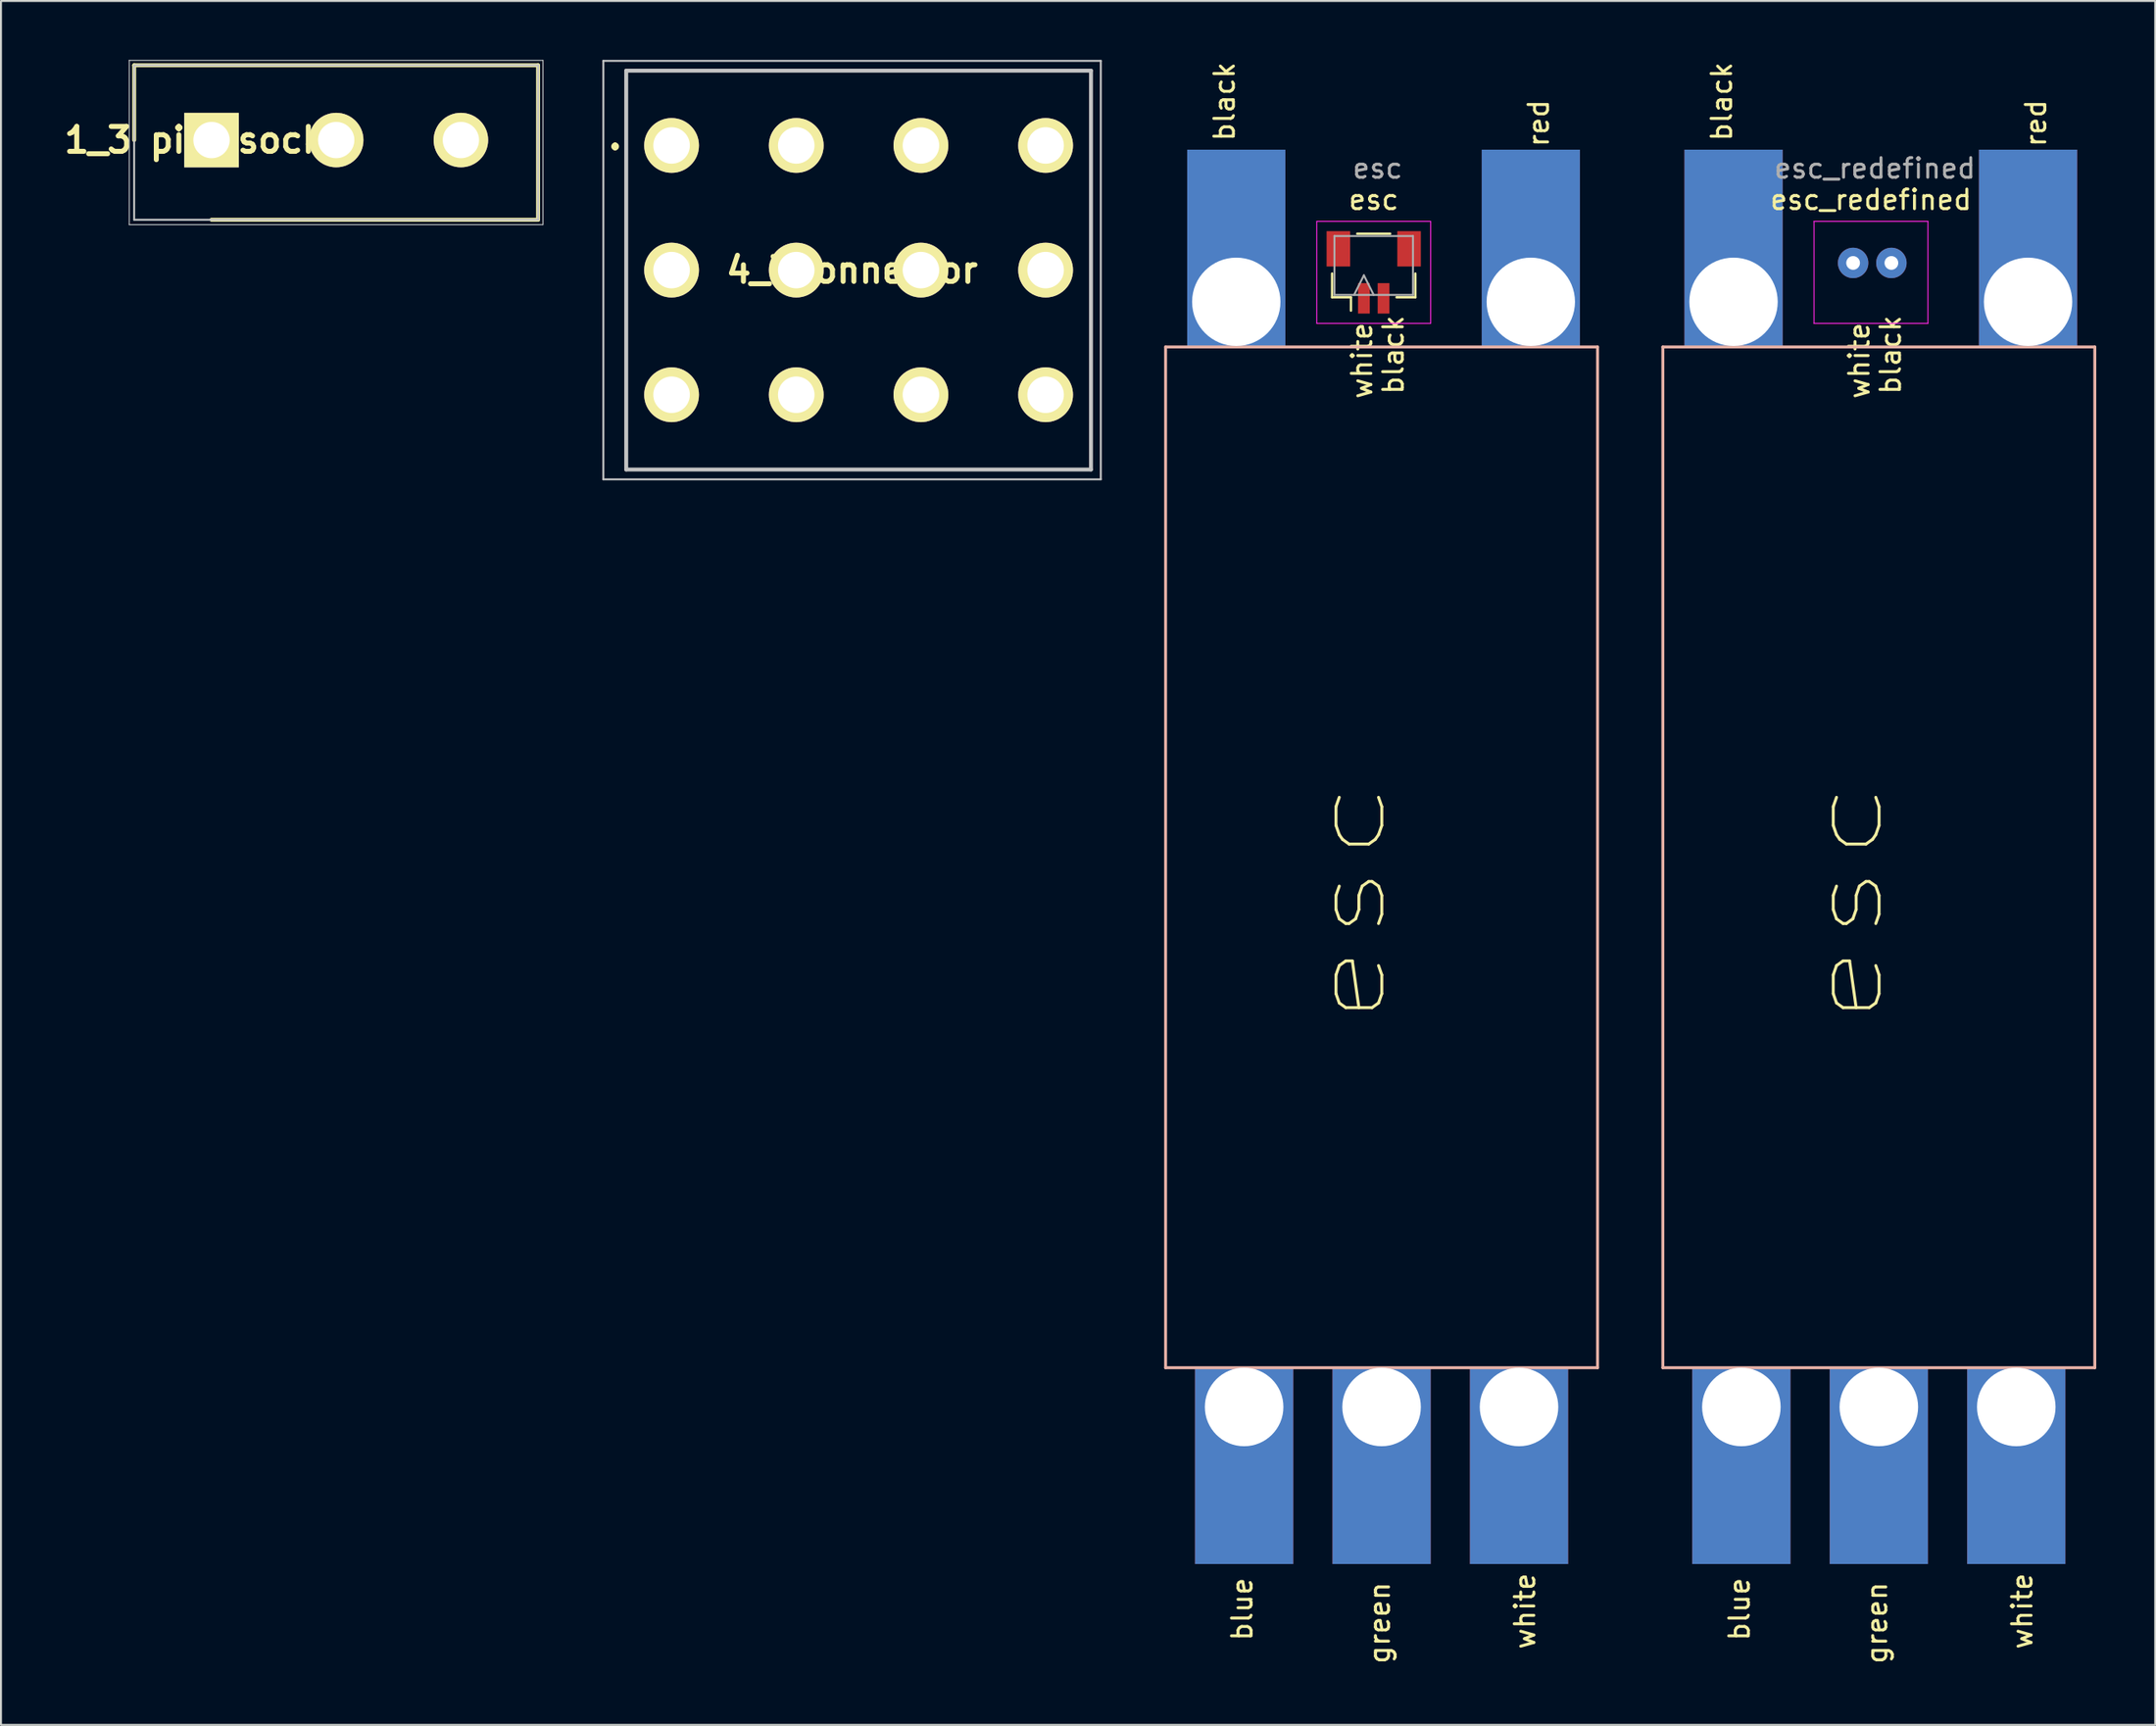
<source format=kicad_pcb>
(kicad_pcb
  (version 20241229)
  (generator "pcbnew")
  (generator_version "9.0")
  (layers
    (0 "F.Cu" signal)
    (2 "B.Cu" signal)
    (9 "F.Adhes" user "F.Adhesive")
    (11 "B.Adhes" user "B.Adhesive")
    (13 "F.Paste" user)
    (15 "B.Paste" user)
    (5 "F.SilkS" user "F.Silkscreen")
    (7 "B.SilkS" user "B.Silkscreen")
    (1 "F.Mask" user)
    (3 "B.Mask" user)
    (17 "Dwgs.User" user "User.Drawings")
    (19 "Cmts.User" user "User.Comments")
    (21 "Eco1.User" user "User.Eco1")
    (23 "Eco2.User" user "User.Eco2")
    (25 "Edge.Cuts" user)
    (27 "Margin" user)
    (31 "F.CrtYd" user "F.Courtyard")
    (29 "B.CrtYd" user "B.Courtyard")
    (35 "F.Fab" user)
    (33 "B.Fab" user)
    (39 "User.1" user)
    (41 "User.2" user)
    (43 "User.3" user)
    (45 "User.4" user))
  (footprint "1_3 pin&socket"
    (layer "F.Cu")
    (at 7.723 4.085)
    (property "Reference" "1_3 pin&socket" (at 0 0 0) (layer "F.SilkS") (effects (font (size 1.27 1.27) (thickness 0.254))))
    (attr through_hole)
    (fp_line (start -3.94 -3.81) (end -3.94 0) (stroke (width 0.2) (type solid)) (layer "F.SilkS"))
    (fp_line (start 0 4.06) (end 16.63 4.06) (stroke (width 0.2) (type solid)) (layer "F.SilkS"))
    (fp_line (start 16.63 -3.81) (end -3.94 -3.81) (stroke (width 0.2) (type solid)) (layer "F.SilkS"))
    (fp_line (start 16.63 4.06) (end 16.63 -3.81) (stroke (width 0.2) (type solid)) (layer "F.SilkS"))
    (fp_line (start -4.19 -4.06) (end 16.88 -4.06) (stroke (width 0.05) (type solid)) (layer "Dwgs.User"))
    (fp_line (start -4.19 4.31) (end -4.19 -4.06) (stroke (width 0.05) (type solid)) (layer "Dwgs.User"))
    (fp_line (start -3.94 -3.81) (end 16.63 -3.81) (stroke (width 0.1) (type solid)) (layer "Dwgs.User"))
    (fp_line (start -3.94 4.06) (end -3.94 -3.81) (stroke (width 0.1) (type solid)) (layer "Dwgs.User"))
    (fp_line (start 16.63 -3.81) (end 16.63 4.06) (stroke (width 0.1) (type solid)) (layer "Dwgs.User"))
    (fp_line (start 16.63 4.06) (end -3.94 4.06) (stroke (width 0.1) (type solid)) (layer "Dwgs.User"))
    (fp_line (start 16.88 -4.06) (end 16.88 4.31) (stroke (width 0.05) (type solid)) (layer "Dwgs.User"))
    (fp_line (start 16.88 4.31) (end -4.19 4.31) (stroke (width 0.05) (type solid)) (layer "Dwgs.User"))
    (pad "1" thru_hole rect (at 0 0 90) (size 2.775 2.775) (drill 1.85) (layers "*.Cu" "*.Mask" "F.SilkS"))
    (pad "2" thru_hole circle (at 6.35 0 90) (size 2.775 2.775) (drill 1.85) (layers "*.Cu" "*.Mask" "F.SilkS"))
    (pad "3" thru_hole circle (at 12.7 0 90) (size 2.775 2.775) (drill 1.85) (layers "*.Cu" "*.Mask" "F.SilkS")))
  (footprint "4_3connector"
    (layer "F.Cu")
    (at 31.153 4.36)
    (property "Reference" "4_3connector" (at 9.192 6.35 0) (layer "F.SilkS") (effects (font (size 1.27 1.27) (thickness 0.254))))
    (attr through_hole)
    (fp_line (start -2.875 -0.05) (end -2.875 -0.05) (stroke (width 0.2) (type solid)) (layer "F.SilkS"))
    (fp_line (start -2.875 0.15) (end -2.875 0.15) (stroke (width 0.2) (type solid)) (layer "F.SilkS"))
    (fp_line (start -2.31 -3.81) (end 21.36 -3.81) (stroke (width 0.1) (type solid)) (layer "F.SilkS"))
    (fp_line (start -2.31 16.51) (end -2.31 -3.81) (stroke (width 0.1) (type solid)) (layer "F.SilkS"))
    (fp_line (start 21.36 -3.81) (end 21.36 16.51) (stroke (width 0.1) (type solid)) (layer "F.SilkS"))
    (fp_line (start 21.36 16.51) (end -2.31 16.51) (stroke (width 0.1) (type solid)) (layer "F.SilkS"))
    (fp_arc (start -2.875 -0.05) (mid -2.775 0.05) (end -2.875 0.15) (stroke (width 0.2) (type solid)) (layer "F.SilkS"))
    (fp_arc (start -2.875 0.15) (mid -2.975 0.05) (end -2.875 -0.05) (stroke (width 0.2) (type solid)) (layer "F.SilkS"))
    (fp_line (start -3.475 -4.31) (end 21.86 -4.31) (stroke (width 0.1) (type solid)) (layer "Dwgs.User"))
    (fp_line (start -3.475 17.01) (end -3.475 -4.31) (stroke (width 0.1) (type solid)) (layer "Dwgs.User"))
    (fp_line (start -2.31 -3.81) (end 21.36 -3.81) (stroke (width 0.2) (type solid)) (layer "Dwgs.User"))
    (fp_line (start -2.31 16.51) (end -2.31 -3.81) (stroke (width 0.2) (type solid)) (layer "Dwgs.User"))
    (fp_line (start 21.36 -3.81) (end 21.36 16.51) (stroke (width 0.2) (type solid)) (layer "Dwgs.User"))
    (fp_line (start 21.36 16.51) (end -2.31 16.51) (stroke (width 0.2) (type solid)) (layer "Dwgs.User"))
    (fp_line (start 21.86 -4.31) (end 21.86 17.01) (stroke (width 0.1) (type solid)) (layer "Dwgs.User"))
    (fp_line (start 21.86 17.01) (end -3.475 17.01) (stroke (width 0.1) (type solid)) (layer "Dwgs.User"))
    (pad "1" thru_hole circle (at 0 0 90) (size 2.79 2.79) (drill 1.86) (layers "*.Cu" "*.Mask" "F.SilkS"))
    (pad "2" thru_hole circle (at 0 6.35 90) (size 2.79 2.79) (drill 1.86) (layers "*.Cu" "*.Mask" "F.SilkS"))
    (pad "3" thru_hole circle (at 0 12.7 90) (size 2.79 2.79) (drill 1.86) (layers "*.Cu" "*.Mask" "F.SilkS"))
    (pad "4" thru_hole circle (at 6.35 0 90) (size 2.79 2.79) (drill 1.86) (layers "*.Cu" "*.Mask" "F.SilkS"))
    (pad "5" thru_hole circle (at 6.35 6.35 90) (size 2.79 2.79) (drill 1.86) (layers "*.Cu" "*.Mask" "F.SilkS"))
    (pad "6" thru_hole circle (at 6.35 12.7 90) (size 2.79 2.79) (drill 1.86) (layers "*.Cu" "*.Mask" "F.SilkS"))
    (pad "7" thru_hole circle (at 12.7 0 90) (size 2.79 2.79) (drill 1.86) (layers "*.Cu" "*.Mask" "F.SilkS"))
    (pad "8" thru_hole circle (at 12.7 6.35 90) (size 2.79 2.79) (drill 1.86) (layers "*.Cu" "*.Mask" "F.SilkS"))
    (pad "9" thru_hole circle (at 12.7 12.7 90) (size 2.79 2.79) (drill 1.86) (layers "*.Cu" "*.Mask" "F.SilkS"))
    (pad "10" thru_hole circle (at 19.05 0 90) (size 2.79 2.79) (drill 1.86) (layers "*.Cu" "*.Mask" "F.SilkS"))
    (pad "11" thru_hole circle (at 19.05 6.35 90) (size 2.79 2.79) (drill 1.86) (layers "*.Cu" "*.Mask" "F.SilkS"))
    (pad "12" thru_hole circle (at 19.05 12.7 90) (size 2.79 2.79) (drill 1.86) (layers "*.Cu" "*.Mask" "F.SilkS")))
  (footprint "esc"
    (layer "F.Cu")
    (at 56.313 66.625)
    (property "Reference" "esc" (at 10.6 -59.5 0) (layer "F.SilkS") (effects (font (size 1 1) (thickness 0.15))))
    (attr smd)
    (fp_line (start 8.48 -54.53) (end 8.48 -55.74) (stroke (width 0.12) (type solid)) (layer "F.SilkS"))
    (fp_line (start 9.44 -54.53) (end 8.48 -54.53) (stroke (width 0.12) (type solid)) (layer "F.SilkS"))
    (fp_line (start 9.44 -53.85) (end 9.44 -54.53) (stroke (width 0.12) (type solid)) (layer "F.SilkS"))
    (fp_line (start 9.76 -57.77) (end 11.44 -57.77) (stroke (width 0.12) (type solid)) (layer "F.SilkS"))
    (fp_line (start 11.76 -54.53) (end 12.72 -54.53) (stroke (width 0.12) (type solid)) (layer "F.SilkS"))
    (fp_line (start 12.72 -54.53) (end 12.72 -55.74) (stroke (width 0.12) (type solid)) (layer "F.SilkS"))
    (fp_line (start 0 -52) (end 22 -52) (stroke (width 0.15) (type solid)) (layer "B.SilkS"))
    (fp_line (start 0 0) (end 0 -52) (stroke (width 0.15) (type solid)) (layer "B.SilkS"))
    (fp_line (start 22 -52) (end 22 0) (stroke (width 0.15) (type solid)) (layer "B.SilkS"))
    (fp_line (start 22 0) (end 0 0) (stroke (width 0.15) (type solid)) (layer "B.SilkS"))
    (fp_line (start 7.7 -58.4) (end 7.7 -53.2) (stroke (width 0.05) (type solid)) (layer "F.CrtYd"))
    (fp_line (start 7.7 -53.2) (end 13.5 -53.2) (stroke (width 0.05) (type solid)) (layer "F.CrtYd"))
    (fp_line (start 13.5 -58.4) (end 7.7 -58.4) (stroke (width 0.05) (type solid)) (layer "F.CrtYd"))
    (fp_line (start 13.5 -53.2) (end 13.5 -58.4) (stroke (width 0.05) (type solid)) (layer "F.CrtYd"))
    (fp_line (start 8.6 -57.65) (end 8.6 -54.65) (stroke (width 0.1) (type solid)) (layer "F.Fab"))
    (fp_line (start 8.6 -54.65) (end 12.6 -54.65) (stroke (width 0.1) (type solid)) (layer "F.Fab"))
    (fp_line (start 10.1 -55.65) (end 9.6 -54.65) (stroke (width 0.1) (type solid)) (layer "F.Fab"))
    (fp_line (start 10.6 -54.65) (end 10.1 -55.65) (stroke (width 0.1) (type solid)) (layer "F.Fab"))
    (fp_line (start 12.6 -57.65) (end 8.6 -57.65) (stroke (width 0.1) (type solid)) (layer "F.Fab"))
    (fp_line (start 12.6 -54.65) (end 12.6 -57.65) (stroke (width 0.1) (type solid)) (layer "F.Fab"))
    (fp_text user "red" (at 19 -63.4 90) (layer "F.SilkS") (effects (font (size 1 1) (thickness 0.15))))
    (fp_text user "black" (at 11.6 -51.6 90) (layer "F.SilkS") (effects (font (size 1 1) (thickness 0.15))))
    (fp_text user "green" (at 10.9 13 90) (layer "F.SilkS") (effects (font (size 1 1) (thickness 0.15))))
    (fp_text user "blue" (at 3.9 12.3 90) (layer "F.SilkS") (effects (font (size 1 1) (thickness 0.15))))
    (fp_text user "black" (at 3 -64.5 90) (layer "F.SilkS") (effects (font (size 1 1) (thickness 0.15))))
    (fp_text user "white" (at 10 -51.3 90) (layer "F.SilkS") (effects (font (size 1 1) (thickness 0.15))))
    (fp_text user "white" (at 18.3 12.4 90) (layer "F.SilkS") (effects (font (size 1 1) (thickness 0.15))))
    (fp_text user "esc" (at 9.4 -23.7 90) (layer "F.SilkS") (effects (font (size 3.5 5) (thickness 0.15))))
    (fp_text user "${REFERENCE}" (at 10.8 -61.1 180) (layer "F.Fab") (effects (font (size 1 1) (thickness 0.15))))
    (pad "" smd rect (at 8.8 -57 90) (size 1.8 1.2) (layers "F.Cu" "F.Mask" "F.Paste"))
    (pad "" smd rect (at 12.4 -57 90) (size 1.8 1.2) (layers "F.Cu" "F.Mask" "F.Paste"))
    (pad "1" thru_hole rect (at 4 2) (size 5 10) (drill 4 (offset 0 3)) (layers "*.Cu" "F.Mask"))
    (pad "2" thru_hole rect (at 11 2) (size 5 10) (drill 4 (offset 0 3)) (layers "*.Cu" "F.Mask"))
    (pad "3" thru_hole rect (at 18 2) (size 5 10) (drill 4 (offset 0 3)) (layers "*.Cu" "F.Mask"))
    (pad "4" smd rect (at 10.1 -54.475 90) (size 1.55 0.6) (layers "F.Cu" "F.Mask" "F.Paste"))
    (pad "5" smd rect (at 11.1 -54.475 90) (size 1.55 0.6) (layers "F.Cu" "F.Mask" "F.Paste"))
    (pad "6" thru_hole rect (at 18.6 -54.3 180) (size 5 10) (drill 4.5 (offset 0 2.75)) (layers "*.Cu" "F.Mask"))
    (pad "7" thru_hole rect (at 3.6 -54.3 180) (size 5 10) (drill 4.5 (offset 0 2.75)) (layers "*.Cu" "F.Mask")))
  (footprint "esc_redefined"
    (layer "F.Cu")
    (at 81.638 66.625)
    (property "Reference" "esc_redefined" (at 10.6 -59.5 0) (layer "F.SilkS") (effects (font (size 1 1) (thickness 0.15))))
    (attr smd)
    (fp_line (start 0 -52) (end 22 -52) (stroke (width 0.15) (type solid)) (layer "B.SilkS"))
    (fp_line (start 0 0) (end 0 -52) (stroke (width 0.15) (type solid)) (layer "B.SilkS"))
    (fp_line (start 22 -52) (end 22 0) (stroke (width 0.15) (type solid)) (layer "B.SilkS"))
    (fp_line (start 22 0) (end 0 0) (stroke (width 0.15) (type solid)) (layer "B.SilkS"))
    (fp_line (start 7.7 -58.4) (end 7.7 -53.2) (stroke (width 0.05) (type solid)) (layer "F.CrtYd"))
    (fp_line (start 7.7 -53.2) (end 13.5 -53.2) (stroke (width 0.05) (type solid)) (layer "F.CrtYd"))
    (fp_line (start 13.5 -58.4) (end 7.7 -58.4) (stroke (width 0.05) (type solid)) (layer "F.CrtYd"))
    (fp_line (start 13.5 -53.2) (end 13.5 -58.4) (stroke (width 0.05) (type solid)) (layer "F.CrtYd"))
    (fp_text user "black" (at 3 -64.5 90) (layer "F.SilkS") (effects (font (size 1 1) (thickness 0.15))))
    (fp_text user "esc" (at 9.4 -23.7 90) (layer "F.SilkS") (effects (font (size 3.5 5) (thickness 0.15))))
    (fp_text user "white" (at 18.3 12.4 90) (layer "F.SilkS") (effects (font (size 1 1) (thickness 0.15))))
    (fp_text user "black" (at 11.6 -51.6 90) (layer "F.SilkS") (effects (font (size 1 1) (thickness 0.15))))
    (fp_text user "white" (at 10 -51.3 90) (layer "F.SilkS") (effects (font (size 1 1) (thickness 0.15))))
    (fp_text user "red" (at 19 -63.4 90) (layer "F.SilkS") (effects (font (size 1 1) (thickness 0.15))))
    (fp_text user "green" (at 10.9 13 90) (layer "F.SilkS") (effects (font (size 1 1) (thickness 0.15))))
    (fp_text user "blue" (at 3.9 12.3 90) (layer "F.SilkS") (effects (font (size 1 1) (thickness 0.15))))
    (fp_text user "${REFERENCE}" (at 10.8 -61.1 180) (layer "F.Fab") (effects (font (size 1 1) (thickness 0.15))))
    (pad "1" thru_hole rect (at 4 2) (size 5 10) (drill 4 (offset 0 3)) (layers "*.Cu" "F.Mask"))
    (pad "2" thru_hole rect (at 11 2) (size 5 10) (drill 4 (offset 0 3)) (layers "*.Cu" "F.Mask"))
    (pad "3" thru_hole rect (at 18 2) (size 5 10) (drill 4 (offset 0 3)) (layers "*.Cu" "F.Mask"))
    (pad "4" thru_hole circle (at 9.69 -56.28 90) (size 1.55 1.55) (drill 0.7) (layers "*.Cu" "*.Mask"))
    (pad "5" thru_hole circle (at 11.64 -56.28 90) (size 1.55 1.55) (drill 0.7) (layers "*.Cu" "*.Mask"))
    (pad "6" thru_hole rect (at 18.6 -54.3 180) (size 5 10) (drill 4.5 (offset 0 2.75)) (layers "*.Cu" "F.Mask"))
    (pad "7" thru_hole rect (at 3.6 -54.3 180) (size 5 10) (drill 4.5 (offset 0 2.75)) (layers "*.Cu" "F.Mask")))
  (gr_rect
    (start -3 -3)
    (end 106.713 84.821)
    (stroke (width 0.1) (type default))
    (fill no)
    (layer "Edge.Cuts")))
</source>
